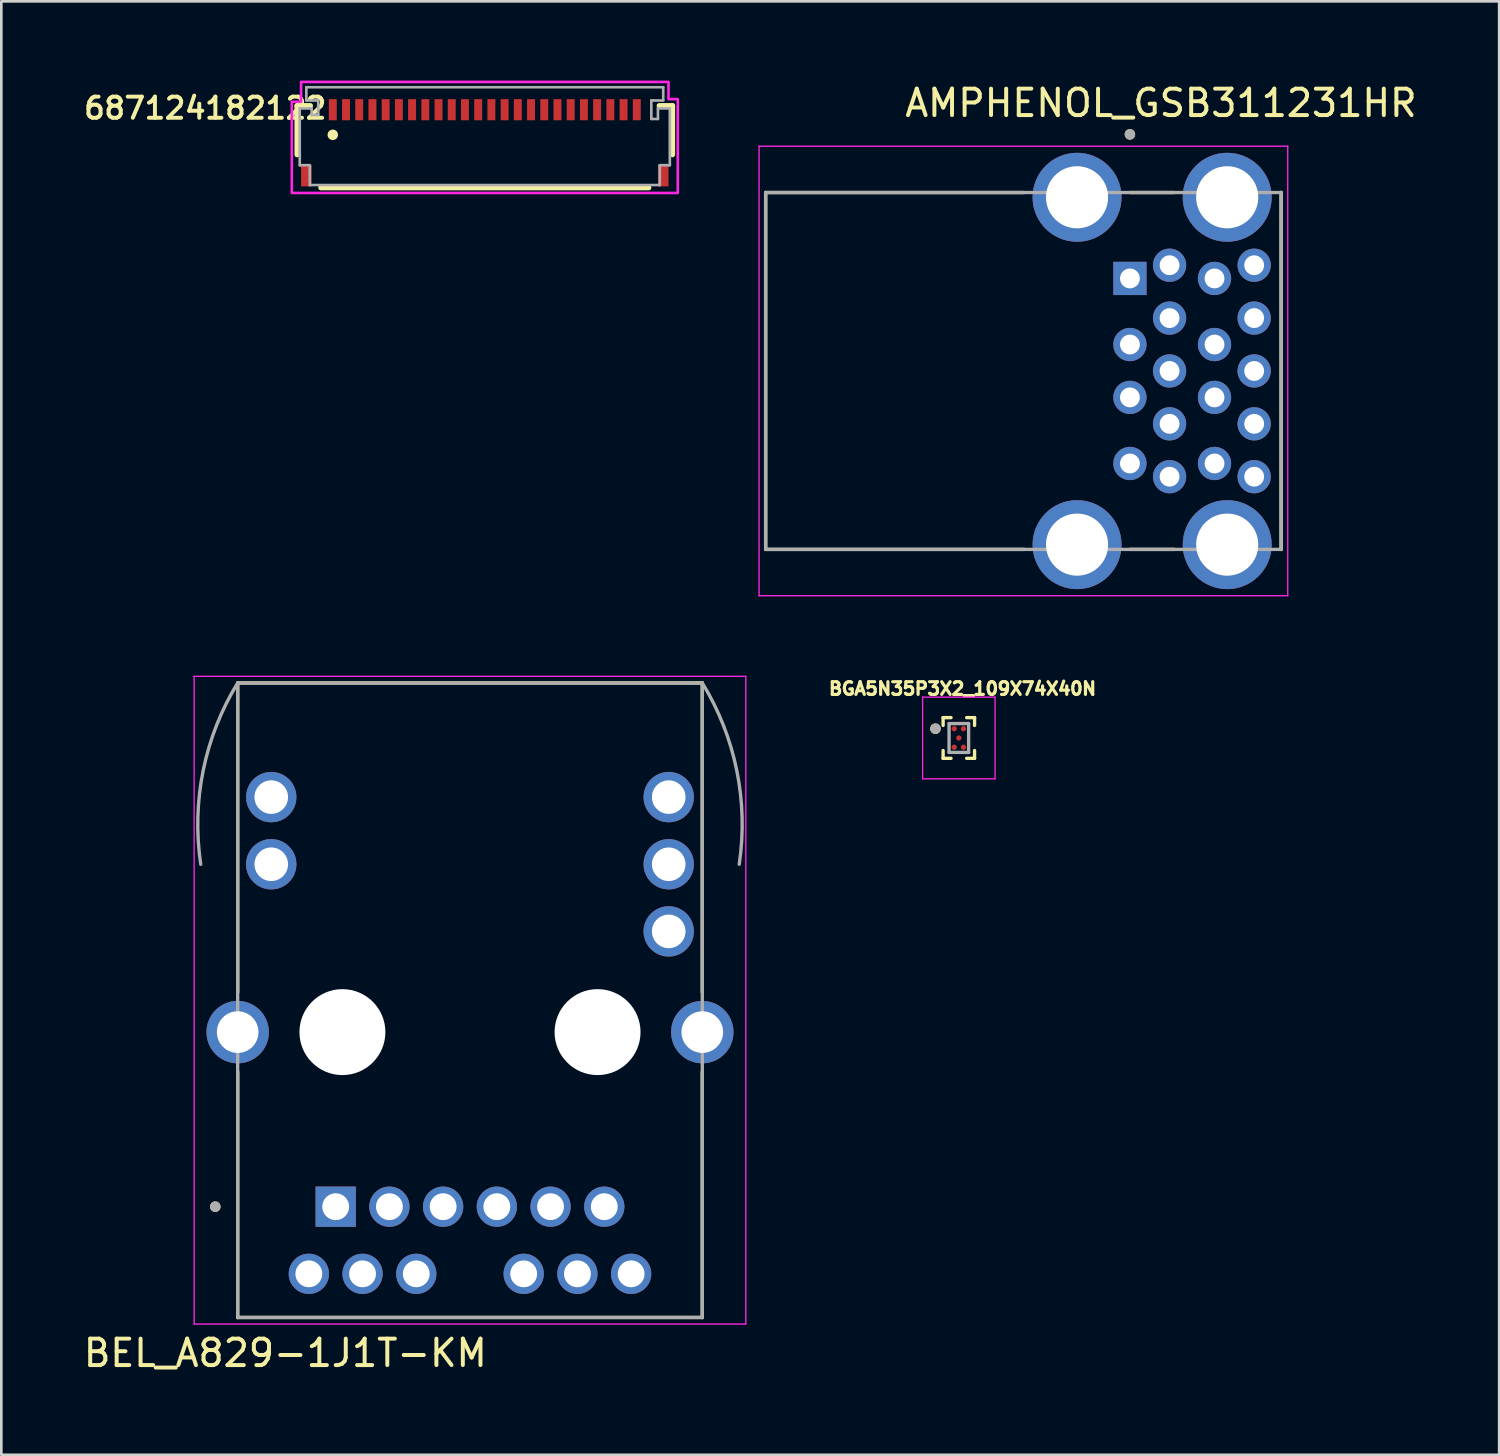
<source format=kicad_pcb>
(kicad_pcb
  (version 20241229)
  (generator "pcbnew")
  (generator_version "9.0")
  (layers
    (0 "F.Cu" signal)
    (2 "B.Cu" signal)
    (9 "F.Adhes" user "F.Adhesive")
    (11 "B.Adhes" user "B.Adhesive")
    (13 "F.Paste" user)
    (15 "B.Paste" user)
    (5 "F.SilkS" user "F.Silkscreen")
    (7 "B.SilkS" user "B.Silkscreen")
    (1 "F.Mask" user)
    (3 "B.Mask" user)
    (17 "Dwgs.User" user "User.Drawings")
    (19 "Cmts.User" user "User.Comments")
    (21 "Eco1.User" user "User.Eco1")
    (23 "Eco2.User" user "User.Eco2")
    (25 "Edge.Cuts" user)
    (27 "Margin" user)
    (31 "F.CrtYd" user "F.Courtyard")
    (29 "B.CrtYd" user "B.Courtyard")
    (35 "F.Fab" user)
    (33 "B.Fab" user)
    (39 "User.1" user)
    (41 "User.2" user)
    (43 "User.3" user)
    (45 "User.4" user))
  (footprint "687124182122"
    (layer "F.Cu")
    (at 15.289 2.5)
    (property "Reference" "687124182122" (at -10.573 -1.457 0) (layer "F.SilkS") (effects (font (size 0.8 0.8) (thickness 0.15))))
    (attr smd)
    (fp_line (start -7.1 -1.55) (end -7.1 0.3) (stroke (width 0.2) (type solid)) (layer "F.SilkS"))
    (fp_line (start -6.6 -1.55) (end -7.1 -1.55) (stroke (width 0.2) (type solid)) (layer "F.SilkS"))
    (fp_line (start -6.2 1.55) (end 6.2 1.55) (stroke (width 0.2) (type solid)) (layer "F.SilkS"))
    (fp_line (start 6.6 -1.55) (end 7.1 -1.55) (stroke (width 0.2) (type solid)) (layer "F.SilkS"))
    (fp_line (start 7.1 -1.55) (end 7.1 0.3) (stroke (width 0.2) (type solid)) (layer "F.SilkS"))
    (fp_circle (center -5.75 -0.45) (end -5.65 -0.45) (stroke (width 0.2) (type solid)) (fill no) (layer "F.SilkS"))
    (fp_poly (pts (xy -6.95 -2.45) (xy 6.95 -2.45) (xy 6.95 -1.8) (xy 7.3 -1.8) (xy 7.3 1.75) (xy -7.3 1.75) (xy -7.3 -1.7) (xy -6.95 -1.7)) (stroke (width 0.1) (type solid)) (fill no) (layer "F.CrtYd"))
    (fp_line (start -7 -1.45) (end -7 0.7) (stroke (width 0.1) (type solid)) (layer "F.Fab"))
    (fp_line (start -7 -1.45) (end -6.55 -1.45) (stroke (width 0.1) (type solid)) (layer "F.Fab"))
    (fp_line (start -7 0.7) (end -6.62 0.7) (stroke (width 0.1) (type solid)) (layer "F.Fab"))
    (fp_line (start -6.75 -2.25) (end -6.75 -1.75) (stroke (width 0.1) (type solid)) (layer "F.Fab"))
    (fp_line (start -6.75 -2.25) (end 6.75 -2.25) (stroke (width 0.1) (type solid)) (layer "F.Fab"))
    (fp_line (start -6.75 -1.75) (end -6.3 -1.75) (stroke (width 0.1) (type solid)) (layer "F.Fab"))
    (fp_line (start -6.62 1.45) (end -6.62 0.7) (stroke (width 0.1) (type solid)) (layer "F.Fab"))
    (fp_line (start -6.62 1.45) (end 6.62 1.45) (stroke (width 0.1) (type solid)) (layer "F.Fab"))
    (fp_line (start -6.55 -1.45) (end -6.55 -1.2) (stroke (width 0.1) (type solid)) (layer "F.Fab"))
    (fp_line (start -6.3 -1.75) (end -6.3 -1.2) (stroke (width 0.1) (type solid)) (layer "F.Fab"))
    (fp_line (start -6.3 -1.2) (end -6.55 -1.2) (stroke (width 0.1) (type solid)) (layer "F.Fab"))
    (fp_line (start 6.3 -1.75) (end 6.3 -1.05) (stroke (width 0.1) (type solid)) (layer "F.Fab"))
    (fp_line (start 6.3 -1.05) (end 6.55 -1.05) (stroke (width 0.1) (type solid)) (layer "F.Fab"))
    (fp_line (start 6.55 -1.45) (end 7 -1.45) (stroke (width 0.1) (type solid)) (layer "F.Fab"))
    (fp_line (start 6.55 -1.05) (end 6.55 -1.45) (stroke (width 0.1) (type solid)) (layer "F.Fab"))
    (fp_line (start 6.62 0.7) (end 7 0.7) (stroke (width 0.1) (type solid)) (layer "F.Fab"))
    (fp_line (start 6.62 1.45) (end 6.62 0.7) (stroke (width 0.1) (type solid)) (layer "F.Fab"))
    (fp_line (start 6.75 -2.25) (end 6.75 -1.75) (stroke (width 0.1) (type solid)) (layer "F.Fab"))
    (fp_line (start 6.75 -1.75) (end 6.3 -1.75) (stroke (width 0.1) (type solid)) (layer "F.Fab"))
    (fp_line (start 7 -1.45) (end 7 0.7) (stroke (width 0.1) (type solid)) (layer "F.Fab"))
    (pad "1" smd rect (at -5.75 -1.4) (size 0.3 0.8) (layers "F.Cu" "F.Mask" "F.Paste"))
    (pad "2" smd rect (at -5.25 -1.4) (size 0.3 0.8) (layers "F.Cu" "F.Mask" "F.Paste"))
    (pad "3" smd rect (at -4.75 -1.4) (size 0.3 0.8) (layers "F.Cu" "F.Mask" "F.Paste"))
    (pad "4" smd rect (at -4.25 -1.4) (size 0.3 0.8) (layers "F.Cu" "F.Mask" "F.Paste"))
    (pad "5" smd rect (at -3.75 -1.4) (size 0.3 0.8) (layers "F.Cu" "F.Mask" "F.Paste"))
    (pad "6" smd rect (at -3.25 -1.4) (size 0.3 0.8) (layers "F.Cu" "F.Mask" "F.Paste"))
    (pad "7" smd rect (at -2.75 -1.4) (size 0.3 0.8) (layers "F.Cu" "F.Mask" "F.Paste"))
    (pad "8" smd rect (at -2.25 -1.4) (size 0.3 0.8) (layers "F.Cu" "F.Mask" "F.Paste"))
    (pad "9" smd rect (at -1.75 -1.4) (size 0.3 0.8) (layers "F.Cu" "F.Mask" "F.Paste"))
    (pad "10" smd rect (at -1.25 -1.4) (size 0.3 0.8) (layers "F.Cu" "F.Mask" "F.Paste"))
    (pad "11" smd rect (at -0.75 -1.4) (size 0.3 0.8) (layers "F.Cu" "F.Mask" "F.Paste"))
    (pad "12" smd rect (at -0.25 -1.4) (size 0.3 0.8) (layers "F.Cu" "F.Mask" "F.Paste"))
    (pad "13" smd rect (at 0.25 -1.4) (size 0.3 0.8) (layers "F.Cu" "F.Mask" "F.Paste"))
    (pad "14" smd rect (at 0.75 -1.4) (size 0.3 0.8) (layers "F.Cu" "F.Mask" "F.Paste"))
    (pad "15" smd rect (at 1.25 -1.4) (size 0.3 0.8) (layers "F.Cu" "F.Mask" "F.Paste"))
    (pad "16" smd rect (at 1.75 -1.4) (size 0.3 0.8) (layers "F.Cu" "F.Mask" "F.Paste"))
    (pad "17" smd rect (at 2.25 -1.4) (size 0.3 0.8) (layers "F.Cu" "F.Mask" "F.Paste"))
    (pad "18" smd rect (at 2.75 -1.4) (size 0.3 0.8) (layers "F.Cu" "F.Mask" "F.Paste"))
    (pad "19" smd rect (at 3.25 -1.4) (size 0.3 0.8) (layers "F.Cu" "F.Mask" "F.Paste"))
    (pad "20" smd rect (at 3.75 -1.4) (size 0.3 0.8) (layers "F.Cu" "F.Mask" "F.Paste"))
    (pad "21" smd rect (at 4.25 -1.4) (size 0.3 0.8) (layers "F.Cu" "F.Mask" "F.Paste"))
    (pad "22" smd rect (at 4.75 -1.4) (size 0.3 0.8) (layers "F.Cu" "F.Mask" "F.Paste"))
    (pad "23" smd rect (at 5.25 -1.4) (size 0.3 0.8) (layers "F.Cu" "F.Mask" "F.Paste"))
    (pad "24" smd rect (at 5.75 -1.4) (size 0.3 0.8) (layers "F.Cu" "F.Mask" "F.Paste"))
    (pad "Z1" smd rect (at -6.75 1.1) (size 0.4 0.8) (layers "F.Cu" "F.Mask" "F.Paste"))
    (pad "Z2" smd rect (at 6.75 1.1) (size 0.4 0.8) (layers "F.Cu" "F.Mask" "F.Paste")))
  (footprint "AMPHENOL_GSB311231HR"
    (layer "F.Cu")
    (at 37.694 10.983)
    (property "Reference" "AMPHENOL_GSB311231HR" (at 3.175 -10.135 0) (layer "F.SilkS") (effects (font (size 1 1) (thickness 0.15))))
    (attr through_hole)
    (fp_line (start -11.78 -6.75) (end -2.003 -6.75) (stroke (width 0.127) (type solid)) (layer "F.SilkS"))
    (fp_line (start -11.78 6.75) (end -11.78 -6.75) (stroke (width 0.127) (type solid)) (layer "F.SilkS"))
    (fp_line (start -2.003 6.75) (end -11.78 6.75) (stroke (width 0.127) (type solid)) (layer "F.SilkS"))
    (fp_line (start 2.003 -6.75) (end 3.677 -6.75) (stroke (width 0.127) (type solid)) (layer "F.SilkS"))
    (fp_line (start 2.003 6.75) (end 3.677 6.75) (stroke (width 0.127) (type solid)) (layer "F.SilkS"))
    (fp_line (start 7.683 -6.75) (end 7.72 -6.75) (stroke (width 0.127) (type solid)) (layer "F.SilkS"))
    (fp_line (start 7.72 -6.75) (end 7.72 6.75) (stroke (width 0.127) (type solid)) (layer "F.SilkS"))
    (fp_line (start 7.72 6.75) (end 7.683 6.75) (stroke (width 0.127) (type solid)) (layer "F.SilkS"))
    (fp_circle (center 2 -8.95) (end 2.1 -8.95) (stroke (width 0.2) (type solid)) (fill no) (layer "F.SilkS"))
    (fp_line (start -12.03 -8.503) (end -12.03 8.503) (stroke (width 0.05) (type solid)) (layer "F.CrtYd"))
    (fp_line (start -12.03 8.503) (end 7.97 8.503) (stroke (width 0.05) (type solid)) (layer "F.CrtYd"))
    (fp_line (start 7.97 -8.503) (end -12.03 -8.503) (stroke (width 0.05) (type solid)) (layer "F.CrtYd"))
    (fp_line (start 7.97 8.503) (end 7.97 -8.503) (stroke (width 0.05) (type solid)) (layer "F.CrtYd"))
    (fp_line (start -11.78 -6.75) (end 7.72 -6.75) (stroke (width 0.127) (type solid)) (layer "F.Fab"))
    (fp_line (start -11.78 6.75) (end -11.78 -6.75) (stroke (width 0.127) (type solid)) (layer "F.Fab"))
    (fp_line (start 7.72 -6.75) (end 7.72 6.75) (stroke (width 0.127) (type solid)) (layer "F.Fab"))
    (fp_line (start 7.72 6.75) (end -11.78 6.75) (stroke (width 0.127) (type solid)) (layer "F.Fab"))
    (fp_circle (center 2 -8.95) (end 2.1 -8.95) (stroke (width 0.2) (type solid)) (fill no) (layer "F.Fab"))
    (pad "1" thru_hole rect (at 2 -3.5) (size 1.258 1.258) (drill 0.75) (layers "*.Cu" "*.Mask"))
    (pad "2" thru_hole circle (at 2 -1) (size 1.258 1.258) (drill 0.75) (layers "*.Cu" "*.Mask"))
    (pad "3" thru_hole circle (at 2 1) (size 1.258 1.258) (drill 0.75) (layers "*.Cu" "*.Mask"))
    (pad "4" thru_hole circle (at 2 3.5) (size 1.258 1.258) (drill 0.75) (layers "*.Cu" "*.Mask"))
    (pad "5" thru_hole circle (at 3.5 4) (size 1.258 1.258) (drill 0.75) (layers "*.Cu" "*.Mask"))
    (pad "6" thru_hole circle (at 3.5 2) (size 1.258 1.258) (drill 0.75) (layers "*.Cu" "*.Mask"))
    (pad "7" thru_hole circle (at 3.5 0) (size 1.258 1.258) (drill 0.75) (layers "*.Cu" "*.Mask"))
    (pad "8" thru_hole circle (at 3.5 -2) (size 1.258 1.258) (drill 0.75) (layers "*.Cu" "*.Mask"))
    (pad "9" thru_hole circle (at 3.5 -4) (size 1.258 1.258) (drill 0.75) (layers "*.Cu" "*.Mask"))
    (pad "10" thru_hole circle (at 5.2 -3.5) (size 1.258 1.258) (drill 0.75) (layers "*.Cu" "*.Mask"))
    (pad "11" thru_hole circle (at 5.2 -1) (size 1.258 1.258) (drill 0.75) (layers "*.Cu" "*.Mask"))
    (pad "12" thru_hole circle (at 5.2 1) (size 1.258 1.258) (drill 0.75) (layers "*.Cu" "*.Mask"))
    (pad "13" thru_hole circle (at 5.2 3.5) (size 1.258 1.258) (drill 0.75) (layers "*.Cu" "*.Mask"))
    (pad "14" thru_hole circle (at 6.7 4) (size 1.258 1.258) (drill 0.75) (layers "*.Cu" "*.Mask"))
    (pad "15" thru_hole circle (at 6.7 2) (size 1.258 1.258) (drill 0.75) (layers "*.Cu" "*.Mask"))
    (pad "16" thru_hole circle (at 6.7 0) (size 1.258 1.258) (drill 0.75) (layers "*.Cu" "*.Mask"))
    (pad "17" thru_hole circle (at 6.7 -2) (size 1.258 1.258) (drill 0.75) (layers "*.Cu" "*.Mask"))
    (pad "18" thru_hole circle (at 6.7 -4) (size 1.258 1.258) (drill 0.75) (layers "*.Cu" "*.Mask"))
    (pad "SH1" thru_hole circle (at 0 -6.57) (size 3.366 3.366) (drill 2.35) (layers "*.Cu" "*.Mask"))
    (pad "SH2" thru_hole circle (at 0 6.57) (size 3.366 3.366) (drill 2.35) (layers "*.Cu" "*.Mask"))
    (pad "SH3" thru_hole circle (at 5.68 -6.57) (size 3.366 3.366) (drill 2.35) (layers "*.Cu" "*.Mask"))
    (pad "SH4" thru_hole circle (at 5.68 6.57) (size 3.366 3.366) (drill 2.35) (layers "*.Cu" "*.Mask")))
  (footprint "BEL_A829-1J1T-KM"
    (layer "F.Cu")
    (at 14.729 35.994)
    (property "Reference" "BEL_A829-1J1T-KM" (at -6.985 12.14 0) (layer "F.SilkS") (effects (font (size 1 1) (thickness 0.15))))
    (attr through_hole)
    (fp_line (start -8.788 -13.208) (end 8.788 -13.208) (stroke (width 0.127) (type solid)) (layer "F.SilkS"))
    (fp_line (start -8.788 -1.51) (end -8.788 -13.208) (stroke (width 0.127) (type solid)) (layer "F.SilkS"))
    (fp_line (start -8.788 10.795) (end -8.788 1.51) (stroke (width 0.127) (type solid)) (layer "F.SilkS"))
    (fp_line (start 8.788 -13.208) (end 8.788 -1.51) (stroke (width 0.127) (type solid)) (layer "F.SilkS"))
    (fp_line (start 8.788 1.51) (end 8.788 10.795) (stroke (width 0.127) (type solid)) (layer "F.SilkS"))
    (fp_line (start 8.788 10.795) (end -8.788 10.795) (stroke (width 0.127) (type solid)) (layer "F.SilkS"))
    (fp_circle (center -9.635 6.604) (end -9.535 6.604) (stroke (width 0.2) (type solid)) (fill no) (layer "F.SilkS"))
    (fp_line (start -10.435 -13.458) (end 10.435 -13.458) (stroke (width 0.05) (type solid)) (layer "F.CrtYd"))
    (fp_line (start -10.435 11.045) (end -10.435 -13.458) (stroke (width 0.05) (type solid)) (layer "F.CrtYd"))
    (fp_line (start 10.435 -13.458) (end 10.435 11.045) (stroke (width 0.05) (type solid)) (layer "F.CrtYd"))
    (fp_line (start 10.435 11.045) (end -10.435 11.045) (stroke (width 0.05) (type solid)) (layer "F.CrtYd"))
    (fp_line (start -8.788 -13.208) (end 8.788 -13.208) (stroke (width 0.127) (type solid)) (layer "F.Fab"))
    (fp_line (start -8.788 10.795) (end -8.788 -13.208) (stroke (width 0.127) (type solid)) (layer "F.Fab"))
    (fp_line (start 8.788 -13.208) (end 8.788 10.795) (stroke (width 0.127) (type solid)) (layer "F.Fab"))
    (fp_line (start 8.788 10.795) (end -8.788 10.795) (stroke (width 0.127) (type solid)) (layer "F.Fab"))
    (fp_arc (start -10.1854 -6.35) (mid -10.091525 -9.902164) (end -8.7884 -13.208) (stroke (width 0.127) (type solid)) (layer "F.Fab"))
    (fp_arc (start 8.7884 -13.208) (mid 10.091525 -9.902164) (end 10.1854 -6.35) (stroke (width 0.127) (type solid)) (layer "F.Fab"))
    (fp_circle (center -9.635 6.604) (end -9.535 6.604) (stroke (width 0.2) (type solid)) (fill no) (layer "F.Fab"))
    (pad "" np_thru_hole circle (at -4.826 0) (size 3.251 3.251) (drill 3.251) (layers "*.Cu" "*.Mask"))
    (pad "" np_thru_hole circle (at 4.826 0) (size 3.251 3.251) (drill 3.251) (layers "*.Cu" "*.Mask"))
    (pad "1" thru_hole rect (at -5.08 6.604) (size 1.524 1.524) (drill 1.016) (layers "*.Cu" "*.Mask"))
    (pad "2" thru_hole circle (at -3.048 6.604) (size 1.524 1.524) (drill 1.016) (layers "*.Cu" "*.Mask"))
    (pad "3" thru_hole circle (at -1.016 6.604) (size 1.524 1.524) (drill 1.016) (layers "*.Cu" "*.Mask"))
    (pad "4" thru_hole circle (at 1.016 6.604) (size 1.524 1.524) (drill 1.016) (layers "*.Cu" "*.Mask"))
    (pad "5" thru_hole circle (at 3.048 6.604) (size 1.524 1.524) (drill 1.016) (layers "*.Cu" "*.Mask"))
    (pad "6" thru_hole circle (at 5.08 6.604) (size 1.524 1.524) (drill 1.016) (layers "*.Cu" "*.Mask"))
    (pad "7" thru_hole circle (at -6.096 9.144) (size 1.524 1.524) (drill 1.016) (layers "*.Cu" "*.Mask"))
    (pad "8" thru_hole circle (at -4.064 9.144) (size 1.524 1.524) (drill 1.016) (layers "*.Cu" "*.Mask"))
    (pad "9" thru_hole circle (at -2.032 9.144) (size 1.524 1.524) (drill 1.016) (layers "*.Cu" "*.Mask"))
    (pad "10" thru_hole circle (at 2.032 9.144) (size 1.524 1.524) (drill 1.016) (layers "*.Cu" "*.Mask"))
    (pad "11" thru_hole circle (at 4.064 9.144) (size 1.524 1.524) (drill 1.016) (layers "*.Cu" "*.Mask"))
    (pad "12" thru_hole circle (at 6.096 9.144) (size 1.524 1.524) (drill 1.016) (layers "*.Cu" "*.Mask"))
    (pad "13" thru_hole circle (at -7.518 -6.35) (size 1.905 1.905) (drill 1.27) (layers "*.Cu" "*.Mask"))
    (pad "14" thru_hole circle (at -7.518 -8.89) (size 1.905 1.905) (drill 1.27) (layers "*.Cu" "*.Mask"))
    (pad "15" thru_hole circle (at 7.518 -3.81) (size 1.905 1.905) (drill 1.27) (layers "*.Cu" "*.Mask"))
    (pad "16" thru_hole circle (at 7.518 -6.35) (size 1.905 1.905) (drill 1.27) (layers "*.Cu" "*.Mask"))
    (pad "17" thru_hole circle (at 7.518 -8.89) (size 1.905 1.905) (drill 1.27) (layers "*.Cu" "*.Mask"))
    (pad "S1" thru_hole circle (at -8.788 0) (size 2.362 2.362) (drill 1.575) (layers "*.Cu" "*.Mask"))
    (pad "S2" thru_hole circle (at 8.788 0) (size 2.362 2.362) (drill 1.575) (layers "*.Cu" "*.Mask")))
  (footprint "BGA5N35P3X2_109X74X40N"
    (layer "F.Cu")
    (at 33.222 24.867)
    (property "Reference" "BGA5N35P3X2_109X74X40N" (at 0.139 -1.865 0) (layer "F.SilkS") (effects (font (size 0.48 0.48) (thickness 0.15))))
    (attr smd)
    (fp_line (start -0.595 -0.77) (end -0.595 -0.475) (stroke (width 0.127) (type solid)) (layer "F.SilkS"))
    (fp_line (start -0.595 -0.77) (end -0.295 -0.77) (stroke (width 0.127) (type solid)) (layer "F.SilkS"))
    (fp_line (start -0.595 0.77) (end -0.595 0.475) (stroke (width 0.127) (type solid)) (layer "F.SilkS"))
    (fp_line (start -0.595 0.77) (end -0.295 0.77) (stroke (width 0.127) (type solid)) (layer "F.SilkS"))
    (fp_line (start 0.595 -0.77) (end 0.295 -0.77) (stroke (width 0.127) (type solid)) (layer "F.SilkS"))
    (fp_line (start 0.595 -0.77) (end 0.595 -0.475) (stroke (width 0.127) (type solid)) (layer "F.SilkS"))
    (fp_line (start 0.595 0.77) (end 0.295 0.77) (stroke (width 0.127) (type solid)) (layer "F.SilkS"))
    (fp_line (start 0.595 0.77) (end 0.595 0.475) (stroke (width 0.127) (type solid)) (layer "F.SilkS"))
    (fp_circle (center -0.885 -0.35) (end -0.785 -0.35) (stroke (width 0.2) (type solid)) (fill no) (layer "F.SilkS"))
    (fp_line (start -1.37 -1.545) (end 1.37 -1.545) (stroke (width 0.05) (type solid)) (layer "F.CrtYd"))
    (fp_line (start -1.37 1.545) (end -1.37 -1.545) (stroke (width 0.05) (type solid)) (layer "F.CrtYd"))
    (fp_line (start -1.37 1.545) (end 1.37 1.545) (stroke (width 0.05) (type solid)) (layer "F.CrtYd"))
    (fp_line (start 1.37 1.545) (end 1.37 -1.545) (stroke (width 0.05) (type solid)) (layer "F.CrtYd"))
    (fp_line (start -0.37 0.545) (end -0.37 -0.545) (stroke (width 0.127) (type solid)) (layer "F.Fab"))
    (fp_line (start 0.37 -0.545) (end -0.37 -0.545) (stroke (width 0.127) (type solid)) (layer "F.Fab"))
    (fp_line (start 0.37 0.545) (end -0.37 0.545) (stroke (width 0.127) (type solid)) (layer "F.Fab"))
    (fp_line (start 0.37 0.545) (end 0.37 -0.545) (stroke (width 0.127) (type solid)) (layer "F.Fab"))
    (fp_circle (center -0.885 -0.35) (end -0.785 -0.35) (stroke (width 0.2) (type solid)) (fill no) (layer "F.Fab"))
    (pad "A1" smd circle (at -0.175 -0.35) (size 0.2 0.2) (layers "F.Cu" "F.Mask" "F.Paste"))
    (pad "A3" smd circle (at 0.175 -0.35) (size 0.2 0.2) (layers "F.Cu" "F.Mask" "F.Paste"))
    (pad "B2" smd circle (at 0 0) (size 0.2 0.2) (layers "F.Cu" "F.Mask" "F.Paste"))
    (pad "C1" smd circle (at -0.175 0.35) (size 0.2 0.2) (layers "F.Cu" "F.Mask" "F.Paste"))
    (pad "C3" smd circle (at 0.175 0.35) (size 0.2 0.2) (layers "F.Cu" "F.Mask" "F.Paste")))
  (gr_rect
    (start -3 -3)
    (end 53.661 51.983)
    (stroke (width 0.1) (type default))
    (fill no)
    (layer "Edge.Cuts")))
</source>
